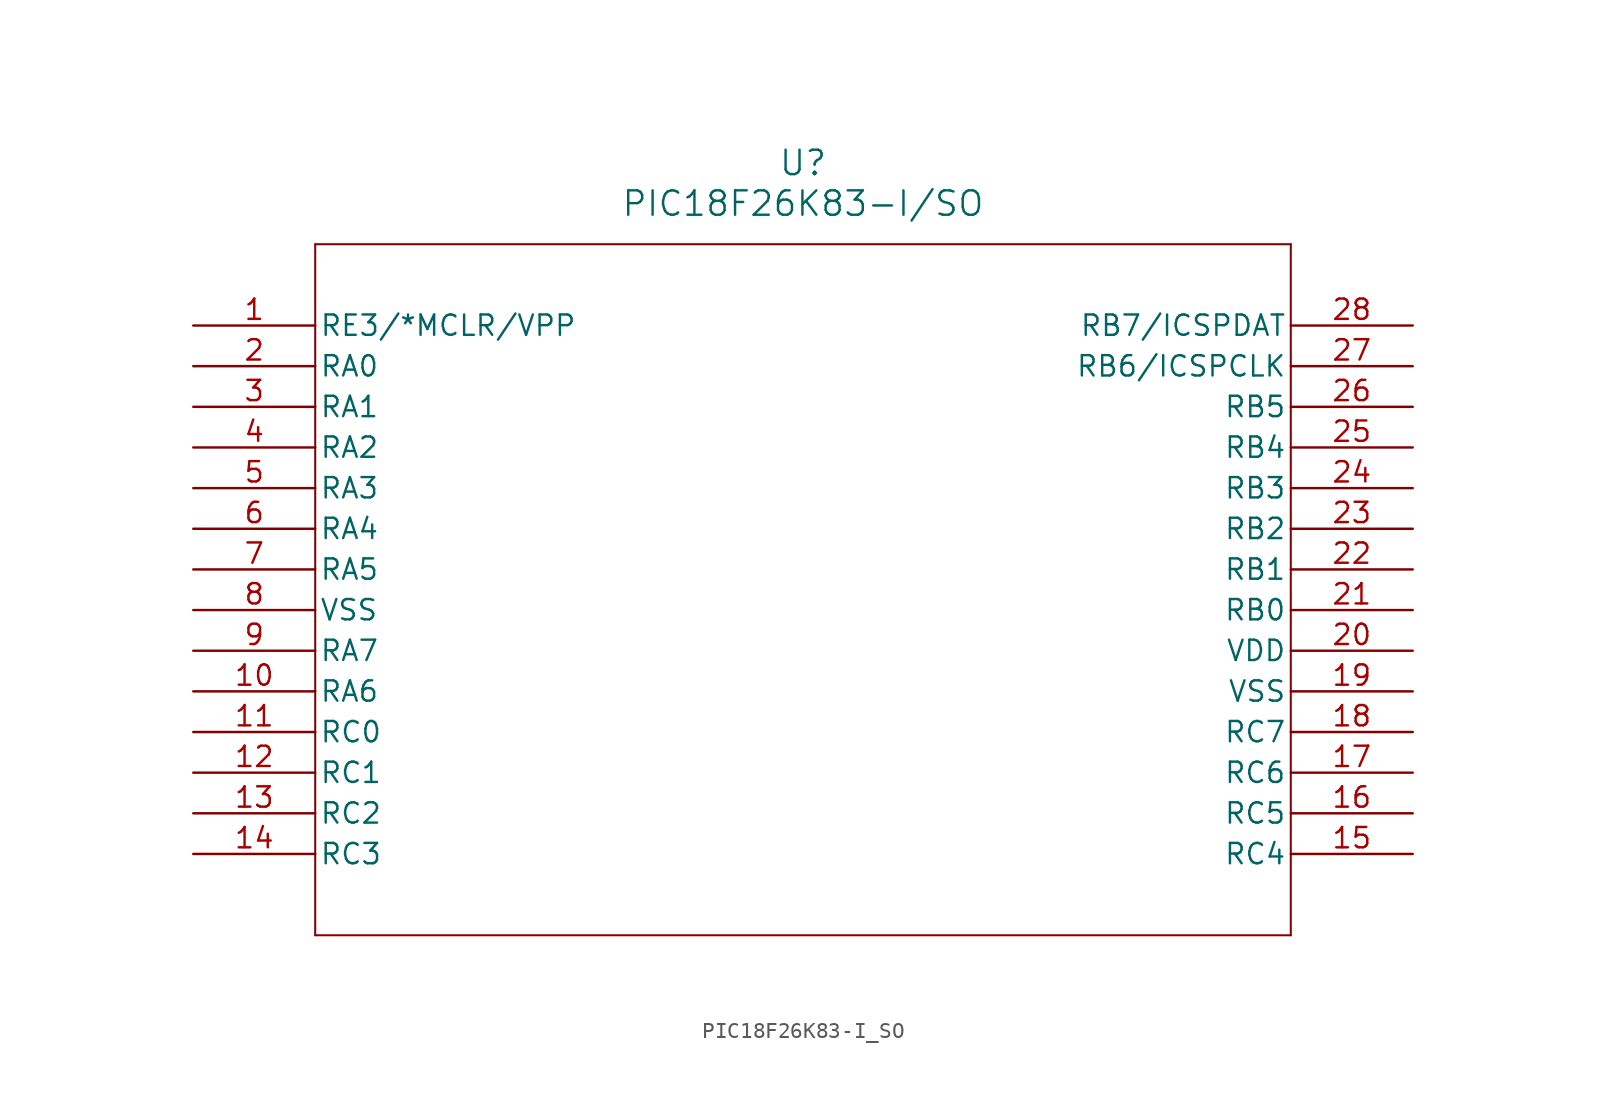
<source format=kicad_sym>
(kicad_symbol_lib
  (version 20211014)
  (generator kicad_symbol_editor)
  (symbol "PIC18F26K83-I_SO"
    (pin_names
      (offset 0.254))
    (property "Reference" "U"
      (at 38.1 10.16 0)
      (effects (font (size 1.524 1.524))))
    (property "Value" "PIC18F26K83-I/SO"
      (at 38.1 7.62 0)
      (effects (font (size 1.524 1.524))))
    (symbol "PIC18F26K83-I_SO_0_1"
      (polyline (pts (xy 7.62 5.08) (xy 7.62 -38.1)) (stroke (width 0.127) (type default) (color 0 0 0 0)) (fill (type none)))
      (polyline (pts (xy 7.62 -38.1) (xy 68.58 -38.1)) (stroke (width 0.127) (type default) (color 0 0 0 0)) (fill (type none)))
      (polyline (pts (xy 68.58 -38.1) (xy 68.58 5.08)) (stroke (width 0.127) (type default) (color 0 0 0 0)) (fill (type none)))
      (polyline (pts (xy 68.58 5.08) (xy 7.62 5.08)) (stroke (width 0.127) (type default) (color 0 0 0 0)) (fill (type none)))
      (pin bidirectional line (at 0 0 0) (length 7.62) (name "RE3/*MCLR/VPP" (effects (font (size 1.27 1.27)))) (number "1" (effects (font (size 1.27 1.27)))))
      (pin bidirectional line (at 0 -2.54 0) (length 7.62) (name "RA0" (effects (font (size 1.27 1.27)))) (number "2" (effects (font (size 1.27 1.27)))))
      (pin bidirectional line (at 0 -5.08 0) (length 7.62) (name "RA1" (effects (font (size 1.27 1.27)))) (number "3" (effects (font (size 1.27 1.27)))))
      (pin bidirectional line (at 0 -7.62 0) (length 7.62) (name "RA2" (effects (font (size 1.27 1.27)))) (number "4" (effects (font (size 1.27 1.27)))))
      (pin bidirectional line (at 0 -10.16 0) (length 7.62) (name "RA3" (effects (font (size 1.27 1.27)))) (number "5" (effects (font (size 1.27 1.27)))))
      (pin bidirectional line (at 0 -12.7 0) (length 7.62) (name "RA4" (effects (font (size 1.27 1.27)))) (number "6" (effects (font (size 1.27 1.27)))))
      (pin bidirectional line (at 0 -15.24 0) (length 7.62) (name "RA5" (effects (font (size 1.27 1.27)))) (number "7" (effects (font (size 1.27 1.27)))))
      (pin power_out line (at 0 -17.78 0) (length 7.62) (name "VSS" (effects (font (size 1.27 1.27)))) (number "8" (effects (font (size 1.27 1.27)))))
      (pin bidirectional line (at 0 -20.32 0) (length 7.62) (name "RA7" (effects (font (size 1.27 1.27)))) (number "9" (effects (font (size 1.27 1.27)))))
      (pin bidirectional line (at 0 -22.86 0) (length 7.62) (name "RA6" (effects (font (size 1.27 1.27)))) (number "10" (effects (font (size 1.27 1.27)))))
      (pin bidirectional line (at 0 -25.4 0) (length 7.62) (name "RC0" (effects (font (size 1.27 1.27)))) (number "11" (effects (font (size 1.27 1.27)))))
      (pin bidirectional line (at 0 -27.94 0) (length 7.62) (name "RC1" (effects (font (size 1.27 1.27)))) (number "12" (effects (font (size 1.27 1.27)))))
      (pin bidirectional line (at 0 -30.48 0) (length 7.62) (name "RC2" (effects (font (size 1.27 1.27)))) (number "13" (effects (font (size 1.27 1.27)))))
      (pin bidirectional line (at 0 -33.02 0) (length 7.62) (name "RC3" (effects (font (size 1.27 1.27)))) (number "14" (effects (font (size 1.27 1.27)))))
      (pin bidirectional line (at 76.2 -33.02 180) (length 7.62) (name "RC4" (effects (font (size 1.27 1.27)))) (number "15" (effects (font (size 1.27 1.27)))))
      (pin bidirectional line (at 76.2 -30.48 180) (length 7.62) (name "RC5" (effects (font (size 1.27 1.27)))) (number "16" (effects (font (size 1.27 1.27)))))
      (pin bidirectional line (at 76.2 -27.94 180) (length 7.62) (name "RC6" (effects (font (size 1.27 1.27)))) (number "17" (effects (font (size 1.27 1.27)))))
      (pin bidirectional line (at 76.2 -25.4 180) (length 7.62) (name "RC7" (effects (font (size 1.27 1.27)))) (number "18" (effects (font (size 1.27 1.27)))))
      (pin power_out line (at 76.2 -22.86 180) (length 7.62) (name "VSS" (effects (font (size 1.27 1.27)))) (number "19" (effects (font (size 1.27 1.27)))))
      (pin power_in line (at 76.2 -20.32 180) (length 7.62) (name "VDD" (effects (font (size 1.27 1.27)))) (number "20" (effects (font (size 1.27 1.27)))))
      (pin bidirectional line (at 76.2 -17.78 180) (length 7.62) (name "RB0" (effects (font (size 1.27 1.27)))) (number "21" (effects (font (size 1.27 1.27)))))
      (pin bidirectional line (at 76.2 -15.24 180) (length 7.62) (name "RB1" (effects (font (size 1.27 1.27)))) (number "22" (effects (font (size 1.27 1.27)))))
      (pin bidirectional line (at 76.2 -12.7 180) (length 7.62) (name "RB2" (effects (font (size 1.27 1.27)))) (number "23" (effects (font (size 1.27 1.27)))))
      (pin bidirectional line (at 76.2 -10.16 180) (length 7.62) (name "RB3" (effects (font (size 1.27 1.27)))) (number "24" (effects (font (size 1.27 1.27)))))
      (pin bidirectional line (at 76.2 -7.62 180) (length 7.62) (name "RB4" (effects (font (size 1.27 1.27)))) (number "25" (effects (font (size 1.27 1.27)))))
      (pin bidirectional line (at 76.2 -5.08 180) (length 7.62) (name "RB5" (effects (font (size 1.27 1.27)))) (number "26" (effects (font (size 1.27 1.27)))))
      (pin bidirectional line (at 76.2 -2.54 180) (length 7.62) (name "RB6/ICSPCLK" (effects (font (size 1.27 1.27)))) (number "27" (effects (font (size 1.27 1.27)))))
      (pin bidirectional line (at 76.2 0 180) (length 7.62) (name "RB7/ICSPDAT" (effects (font (size 1.27 1.27)))) (number "28" (effects (font (size 1.27 1.27))))))))
</source>
